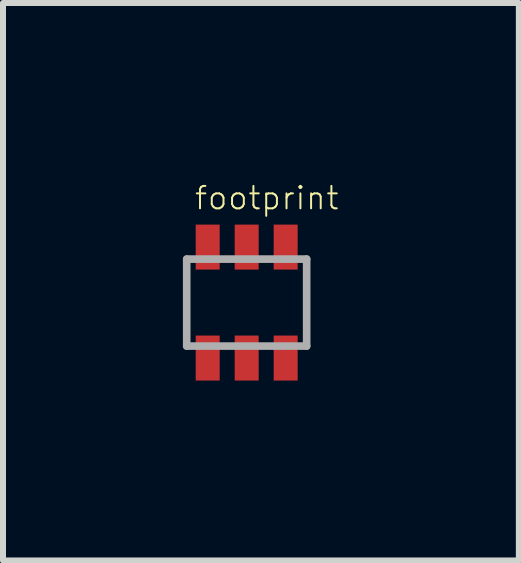
<source format=kicad_pcb>
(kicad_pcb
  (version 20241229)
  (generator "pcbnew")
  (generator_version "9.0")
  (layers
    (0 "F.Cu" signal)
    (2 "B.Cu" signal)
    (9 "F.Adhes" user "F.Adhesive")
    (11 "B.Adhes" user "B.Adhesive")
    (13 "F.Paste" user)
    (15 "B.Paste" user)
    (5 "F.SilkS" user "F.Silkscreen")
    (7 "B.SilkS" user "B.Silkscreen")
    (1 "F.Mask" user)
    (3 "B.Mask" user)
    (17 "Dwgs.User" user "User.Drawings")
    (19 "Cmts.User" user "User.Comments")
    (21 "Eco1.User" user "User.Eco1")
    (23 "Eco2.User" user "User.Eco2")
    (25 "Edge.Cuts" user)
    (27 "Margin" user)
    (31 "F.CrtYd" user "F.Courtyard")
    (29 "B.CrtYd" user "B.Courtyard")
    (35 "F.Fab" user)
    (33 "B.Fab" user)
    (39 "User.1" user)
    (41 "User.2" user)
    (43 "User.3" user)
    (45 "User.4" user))
  (footprint "footprint"
    (layer "F.Cu")
    (at 1.063 1.995)
    (property "Reference" "footprint" (at -0.889 -1.524 0) (layer "F.SilkS") (effects (font (size 0.374 0.374) (thickness 0.033)) (justify left bottom)))
    (fp_poly (pts (xy -0.85 -0.55) (xy -0.45 -0.55) (xy -0.45 -1.3) (xy -0.85 -1.3)) (stroke (width 0) (type solid)) (fill yes) (layer "F.Paste"))
    (fp_poly (pts (xy -0.85 1.3) (xy -0.45 1.3) (xy -0.45 0.55) (xy -0.85 0.55)) (stroke (width 0) (type solid)) (fill yes) (layer "F.Paste"))
    (fp_poly (pts (xy -0.85 1.3) (xy -0.45 1.3) (xy -0.45 0.55) (xy -0.85 0.55)) (stroke (width 0) (type solid)) (fill yes) (layer "F.Paste"))
    (fp_poly (pts (xy -0.85 1.3) (xy -0.45 1.3) (xy -0.45 0.55) (xy -0.85 0.55)) (stroke (width 0) (type solid)) (fill yes) (layer "F.Paste"))
    (fp_poly (pts (xy -0.201 1.3) (xy 0.199 1.3) (xy 0.199 0.55) (xy -0.201 0.55)) (stroke (width 0) (type solid)) (fill yes) (layer "F.Paste"))
    (fp_poly (pts (xy -0.2 -0.55) (xy 0.2 -0.55) (xy 0.2 -1.3) (xy -0.2 -1.3)) (stroke (width 0) (type solid)) (fill yes) (layer "F.Paste"))
    (fp_poly (pts (xy 0.45 -0.55) (xy 0.85 -0.55) (xy 0.85 -1.3) (xy 0.45 -1.3)) (stroke (width 0) (type solid)) (fill yes) (layer "F.Paste"))
    (fp_poly (pts (xy 0.45 1.3) (xy 0.85 1.3) (xy 0.85 0.55) (xy 0.45 0.55)) (stroke (width 0) (type solid)) (fill yes) (layer "F.Paste"))
    (fp_line (start -1 -0.725) (end 1 -0.725) (stroke (width 0.127) (type solid)) (layer "F.Fab"))
    (fp_line (start -1 0.725) (end -1 -0.725) (stroke (width 0.127) (type solid)) (layer "F.Fab"))
    (fp_line (start -1 0.725) (end 1 0.725) (stroke (width 0.127) (type solid)) (layer "F.Fab"))
    (fp_line (start 1 -0.725) (end 1 0.725) (stroke (width 0.127) (type solid)) (layer "F.Fab"))
    (pad "1" smd rect (at -0.65 0.925) (size 0.4 0.75) (layers "F.Cu" "F.Mask"))
    (pad "2" smd rect (at 0 0.925) (size 0.4 0.75) (layers "F.Cu" "F.Mask"))
    (pad "3" smd rect (at 0.65 0.925) (size 0.4 0.75) (layers "F.Cu" "F.Mask"))
    (pad "4" smd rect (at 0.65 -0.925) (size 0.4 0.75) (layers "F.Cu" "F.Mask"))
    (pad "5" smd rect (at 0 -0.925) (size 0.4 0.75) (layers "F.Cu" "F.Mask"))
    (pad "6" smd rect (at -0.65 -0.925) (size 0.4 0.75) (layers "F.Cu" "F.Mask")))
  (gr_rect
    (start -3 -3)
    (end 5.601 6.295)
    (stroke (width 0.1) (type default))
    (fill no)
    (layer "Edge.Cuts")))
</source>
